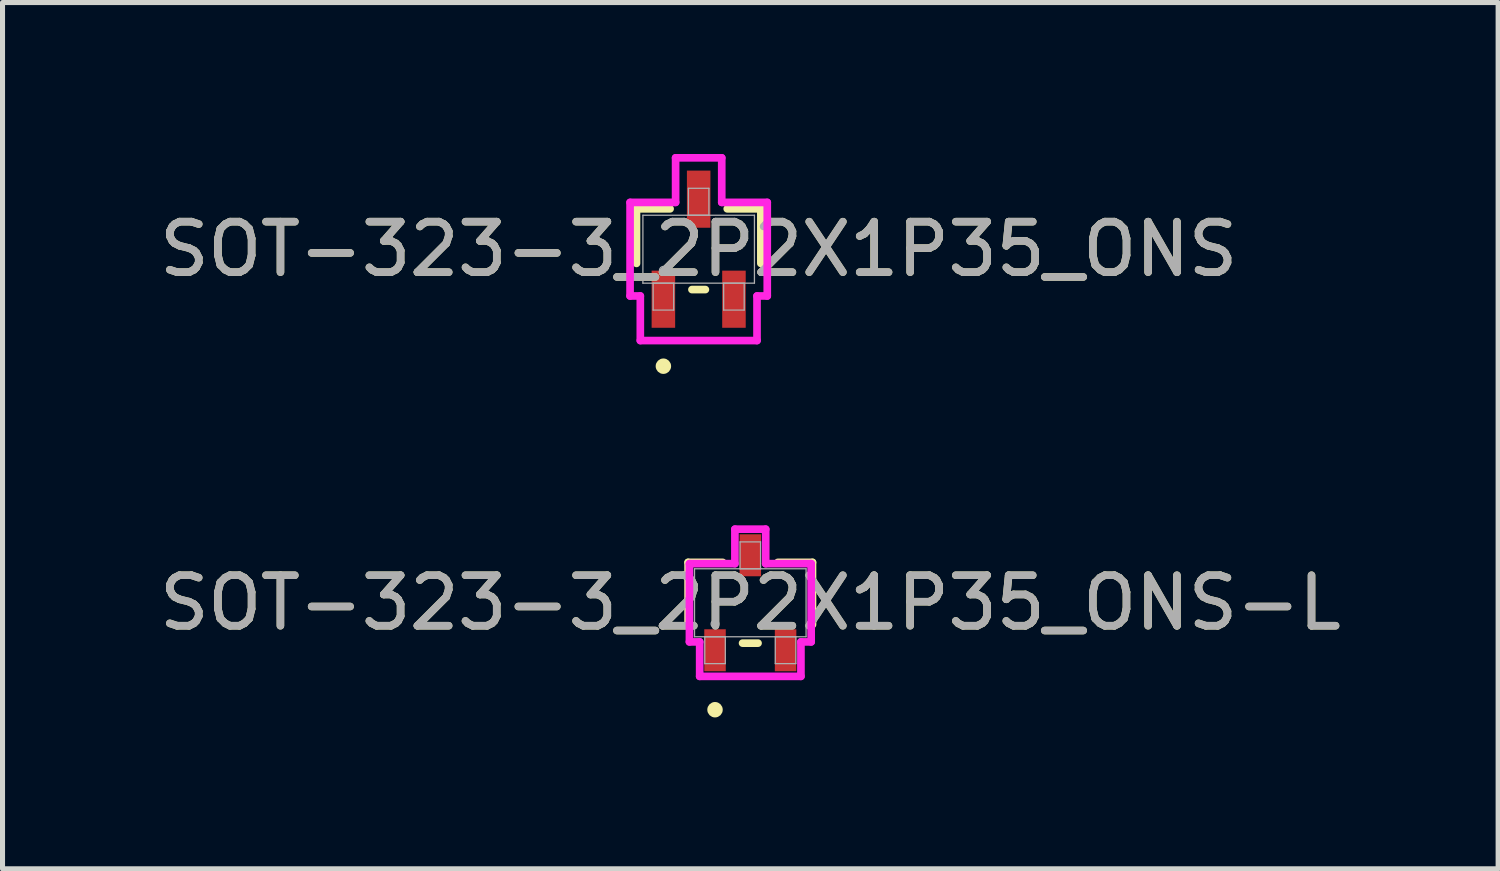
<source format=kicad_pcb>
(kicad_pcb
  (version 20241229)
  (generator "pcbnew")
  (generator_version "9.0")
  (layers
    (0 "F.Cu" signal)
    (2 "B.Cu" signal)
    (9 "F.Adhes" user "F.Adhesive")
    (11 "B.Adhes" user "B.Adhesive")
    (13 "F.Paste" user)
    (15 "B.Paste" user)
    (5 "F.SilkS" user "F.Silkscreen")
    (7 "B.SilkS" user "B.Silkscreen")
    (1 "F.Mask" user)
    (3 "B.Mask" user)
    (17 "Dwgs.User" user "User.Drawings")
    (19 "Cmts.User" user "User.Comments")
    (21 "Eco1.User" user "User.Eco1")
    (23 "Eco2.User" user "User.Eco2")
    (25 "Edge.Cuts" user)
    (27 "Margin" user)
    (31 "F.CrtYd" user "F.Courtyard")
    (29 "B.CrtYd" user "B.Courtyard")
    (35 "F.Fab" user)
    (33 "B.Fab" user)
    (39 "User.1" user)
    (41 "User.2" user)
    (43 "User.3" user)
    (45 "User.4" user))
  (footprint "SOT-323-3_2P2X1P35_ONS-L"
    (layer "F.Cu")
    (at 11.815 8.892)
    (property "Reference" "SOT-323-3_2P2X1P35_ONS-L" (at 0 0 0) (unlocked yes) (layer "F.SilkS") (effects (font (size 1 1) (thickness 0.15))))
    (attr smd)
    (fp_line (start -1.232 -0.8) (end -1.232 0.434) (stroke (width 0.152) (type solid)) (layer "F.SilkS"))
    (fp_line (start -0.546 -0.8) (end -1.232 -0.8) (stroke (width 0.152) (type solid)) (layer "F.SilkS"))
    (fp_line (start -0.153 0.8) (end 0.153 0.8) (stroke (width 0.152) (type solid)) (layer "F.SilkS"))
    (fp_line (start 1.232 -0.8) (end 0.546 -0.8) (stroke (width 0.152) (type solid)) (layer "F.SilkS"))
    (fp_line (start 1.232 0.434) (end 1.232 -0.8) (stroke (width 0.152) (type solid)) (layer "F.SilkS"))
    (fp_circle (center -0.699 2.119) (end -0.622 2.119) (stroke (width 0.152) (type solid)) (fill no) (layer "F.SilkS"))
    (fp_line (start -1.206 -0.775) (end -0.305 -0.775) (stroke (width 0.152) (type solid)) (layer "F.CrtYd"))
    (fp_line (start -1.206 0.775) (end -1.206 -0.775) (stroke (width 0.152) (type solid)) (layer "F.CrtYd"))
    (fp_line (start -1.206 0.775) (end -1.003 0.775) (stroke (width 0.152) (type solid)) (layer "F.CrtYd"))
    (fp_line (start -1.003 0.775) (end -1.003 1.458) (stroke (width 0.152) (type solid)) (layer "F.CrtYd"))
    (fp_line (start -1.003 1.458) (end 1.003 1.458) (stroke (width 0.152) (type solid)) (layer "F.CrtYd"))
    (fp_line (start -0.305 -1.458) (end 0.305 -1.458) (stroke (width 0.152) (type solid)) (layer "F.CrtYd"))
    (fp_line (start -0.305 -0.775) (end -0.305 -1.458) (stroke (width 0.152) (type solid)) (layer "F.CrtYd"))
    (fp_line (start 0.305 -0.775) (end 0.305 -1.458) (stroke (width 0.152) (type solid)) (layer "F.CrtYd"))
    (fp_line (start 1.003 0.775) (end 1.003 1.458) (stroke (width 0.152) (type solid)) (layer "F.CrtYd"))
    (fp_line (start 1.206 -0.775) (end 0.305 -0.775) (stroke (width 0.152) (type solid)) (layer "F.CrtYd"))
    (fp_line (start 1.206 -0.775) (end 1.206 0.775) (stroke (width 0.152) (type solid)) (layer "F.CrtYd"))
    (fp_line (start 1.206 0.775) (end 1.003 0.775) (stroke (width 0.152) (type solid)) (layer "F.CrtYd"))
    (fp_line (start -1.105 -0.673) (end -1.105 0.673) (stroke (width 0.025) (type solid)) (layer "F.Fab"))
    (fp_line (start -1.105 0.673) (end 1.105 0.673) (stroke (width 0.025) (type solid)) (layer "F.Fab"))
    (fp_line (start -0.902 0.673) (end -0.902 1.206) (stroke (width 0.025) (type solid)) (layer "F.Fab"))
    (fp_line (start -0.902 1.206) (end -0.495 1.206) (stroke (width 0.025) (type solid)) (layer "F.Fab"))
    (fp_line (start -0.495 0.673) (end -0.902 0.673) (stroke (width 0.025) (type solid)) (layer "F.Fab"))
    (fp_line (start -0.495 1.206) (end -0.495 0.673) (stroke (width 0.025) (type solid)) (layer "F.Fab"))
    (fp_line (start -0.203 -1.206) (end -0.203 -0.673) (stroke (width 0.025) (type solid)) (layer "F.Fab"))
    (fp_line (start -0.203 -0.673) (end 0.203 -0.673) (stroke (width 0.025) (type solid)) (layer "F.Fab"))
    (fp_line (start 0.203 -1.206) (end -0.203 -1.206) (stroke (width 0.025) (type solid)) (layer "F.Fab"))
    (fp_line (start 0.203 -0.673) (end 0.203 -1.206) (stroke (width 0.025) (type solid)) (layer "F.Fab"))
    (fp_line (start 0.495 0.673) (end 0.495 1.206) (stroke (width 0.025) (type solid)) (layer "F.Fab"))
    (fp_line (start 0.495 1.206) (end 0.902 1.206) (stroke (width 0.025) (type solid)) (layer "F.Fab"))
    (fp_line (start 0.902 0.673) (end 0.495 0.673) (stroke (width 0.025) (type solid)) (layer "F.Fab"))
    (fp_line (start 0.902 1.206) (end 0.902 0.673) (stroke (width 0.025) (type solid)) (layer "F.Fab"))
    (fp_line (start 1.105 -0.673) (end -1.105 -0.673) (stroke (width 0.025) (type solid)) (layer "F.Fab"))
    (fp_line (start 1.105 0.673) (end 1.105 -0.673) (stroke (width 0.025) (type solid)) (layer "F.Fab"))
    (fp_circle (center -0.699 0.419) (end -0.622 0.419) (stroke (width 0.025) (type solid)) (fill no) (layer "F.Fab"))
    (fp_text user "${REFERENCE}" (at 0 0 0) (unlocked yes) (layer "F.Fab") (effects (font (size 1 1) (thickness 0.15))))
    (pad "1" smd rect (at -0.699 0.941) (size 0.426 0.832) (layers "F.Cu" "F.Mask" "F.Paste"))
    (pad "2" smd rect (at 0.699 0.941) (size 0.426 0.832) (layers "F.Cu" "F.Mask" "F.Paste"))
    (pad "3" smd rect (at 0 -0.941) (size 0.426 0.832) (layers "F.Cu" "F.Mask" "F.Paste")))
  (footprint "SOT-323-3_2P2X1P35_ONS"
    (layer "F.Cu")
    (at 10.792 1.887)
    (property "Reference" "SOT-323-3_2P2X1P35_ONS" (at 0 0 0) (unlocked yes) (layer "F.SilkS") (effects (font (size 1 1) (thickness 0.15))))
    (attr smd)
    (fp_line (start -1.232 -0.8) (end -1.232 0.281) (stroke (width 0.152) (type solid)) (layer "F.SilkS"))
    (fp_line (start -0.566 -0.8) (end -1.232 -0.8) (stroke (width 0.152) (type solid)) (layer "F.SilkS"))
    (fp_line (start -0.133 0.8) (end 0.133 0.8) (stroke (width 0.152) (type solid)) (layer "F.SilkS"))
    (fp_line (start 1.232 -0.8) (end 0.566 -0.8) (stroke (width 0.152) (type solid)) (layer "F.SilkS"))
    (fp_line (start 1.232 0.281) (end 1.232 -0.8) (stroke (width 0.152) (type solid)) (layer "F.SilkS"))
    (fp_circle (center -0.699 2.318) (end -0.622 2.318) (stroke (width 0.152) (type solid)) (fill no) (layer "F.SilkS"))
    (fp_line (start -1.359 -0.927) (end -0.457 -0.927) (stroke (width 0.152) (type solid)) (layer "F.CrtYd"))
    (fp_line (start -1.359 0.927) (end -1.359 -0.927) (stroke (width 0.152) (type solid)) (layer "F.CrtYd"))
    (fp_line (start -1.359 0.927) (end -1.156 0.927) (stroke (width 0.152) (type solid)) (layer "F.CrtYd"))
    (fp_line (start -1.156 0.927) (end -1.156 1.81) (stroke (width 0.152) (type solid)) (layer "F.CrtYd"))
    (fp_line (start -1.156 1.81) (end 1.156 1.81) (stroke (width 0.152) (type solid)) (layer "F.CrtYd"))
    (fp_line (start -0.457 -1.81) (end 0.457 -1.81) (stroke (width 0.152) (type solid)) (layer "F.CrtYd"))
    (fp_line (start -0.457 -0.927) (end -0.457 -1.81) (stroke (width 0.152) (type solid)) (layer "F.CrtYd"))
    (fp_line (start 0.457 -0.927) (end 0.457 -1.81) (stroke (width 0.152) (type solid)) (layer "F.CrtYd"))
    (fp_line (start 1.156 0.927) (end 1.156 1.81) (stroke (width 0.152) (type solid)) (layer "F.CrtYd"))
    (fp_line (start 1.359 -0.927) (end 0.457 -0.927) (stroke (width 0.152) (type solid)) (layer "F.CrtYd"))
    (fp_line (start 1.359 -0.927) (end 1.359 0.927) (stroke (width 0.152) (type solid)) (layer "F.CrtYd"))
    (fp_line (start 1.359 0.927) (end 1.156 0.927) (stroke (width 0.152) (type solid)) (layer "F.CrtYd"))
    (fp_line (start -1.105 -0.673) (end -1.105 0.673) (stroke (width 0.025) (type solid)) (layer "F.Fab"))
    (fp_line (start -1.105 0.673) (end 1.105 0.673) (stroke (width 0.025) (type solid)) (layer "F.Fab"))
    (fp_line (start -0.902 0.673) (end -0.902 1.206) (stroke (width 0.025) (type solid)) (layer "F.Fab"))
    (fp_line (start -0.902 1.206) (end -0.495 1.206) (stroke (width 0.025) (type solid)) (layer "F.Fab"))
    (fp_line (start -0.495 0.673) (end -0.902 0.673) (stroke (width 0.025) (type solid)) (layer "F.Fab"))
    (fp_line (start -0.495 1.206) (end -0.495 0.673) (stroke (width 0.025) (type solid)) (layer "F.Fab"))
    (fp_line (start -0.203 -1.206) (end -0.203 -0.673) (stroke (width 0.025) (type solid)) (layer "F.Fab"))
    (fp_line (start -0.203 -0.673) (end 0.203 -0.673) (stroke (width 0.025) (type solid)) (layer "F.Fab"))
    (fp_line (start 0.203 -1.206) (end -0.203 -1.206) (stroke (width 0.025) (type solid)) (layer "F.Fab"))
    (fp_line (start 0.203 -0.673) (end 0.203 -1.206) (stroke (width 0.025) (type solid)) (layer "F.Fab"))
    (fp_line (start 0.495 0.673) (end 0.495 1.206) (stroke (width 0.025) (type solid)) (layer "F.Fab"))
    (fp_line (start 0.495 1.206) (end 0.902 1.206) (stroke (width 0.025) (type solid)) (layer "F.Fab"))
    (fp_line (start 0.902 0.673) (end 0.495 0.673) (stroke (width 0.025) (type solid)) (layer "F.Fab"))
    (fp_line (start 0.902 1.206) (end 0.902 0.673) (stroke (width 0.025) (type solid)) (layer "F.Fab"))
    (fp_line (start 1.105 -0.673) (end -1.105 -0.673) (stroke (width 0.025) (type solid)) (layer "F.Fab"))
    (fp_line (start 1.105 0.673) (end 1.105 -0.673) (stroke (width 0.025) (type solid)) (layer "F.Fab"))
    (fp_circle (center -0.699 0.419) (end -0.622 0.419) (stroke (width 0.025) (type solid)) (fill no) (layer "F.Fab"))
    (fp_text user "${REFERENCE}" (at 0 0 0) (unlocked yes) (layer "F.Fab") (effects (font (size 1 1) (thickness 0.15))))
    (pad "1" smd rect (at -0.699 0.991) (size 0.466 1.132) (layers "F.Cu" "F.Mask" "F.Paste"))
    (pad "2" smd rect (at 0.699 0.991) (size 0.466 1.132) (layers "F.Cu" "F.Mask" "F.Paste"))
    (pad "3" smd rect (at 0 -0.991) (size 0.466 1.132) (layers "F.Cu" "F.Mask" "F.Paste")))
  (gr_rect
    (start -3 -3)
    (end 26.631 14.163)
    (stroke (width 0.1) (type default))
    (fill no)
    (layer "Edge.Cuts")))
</source>
